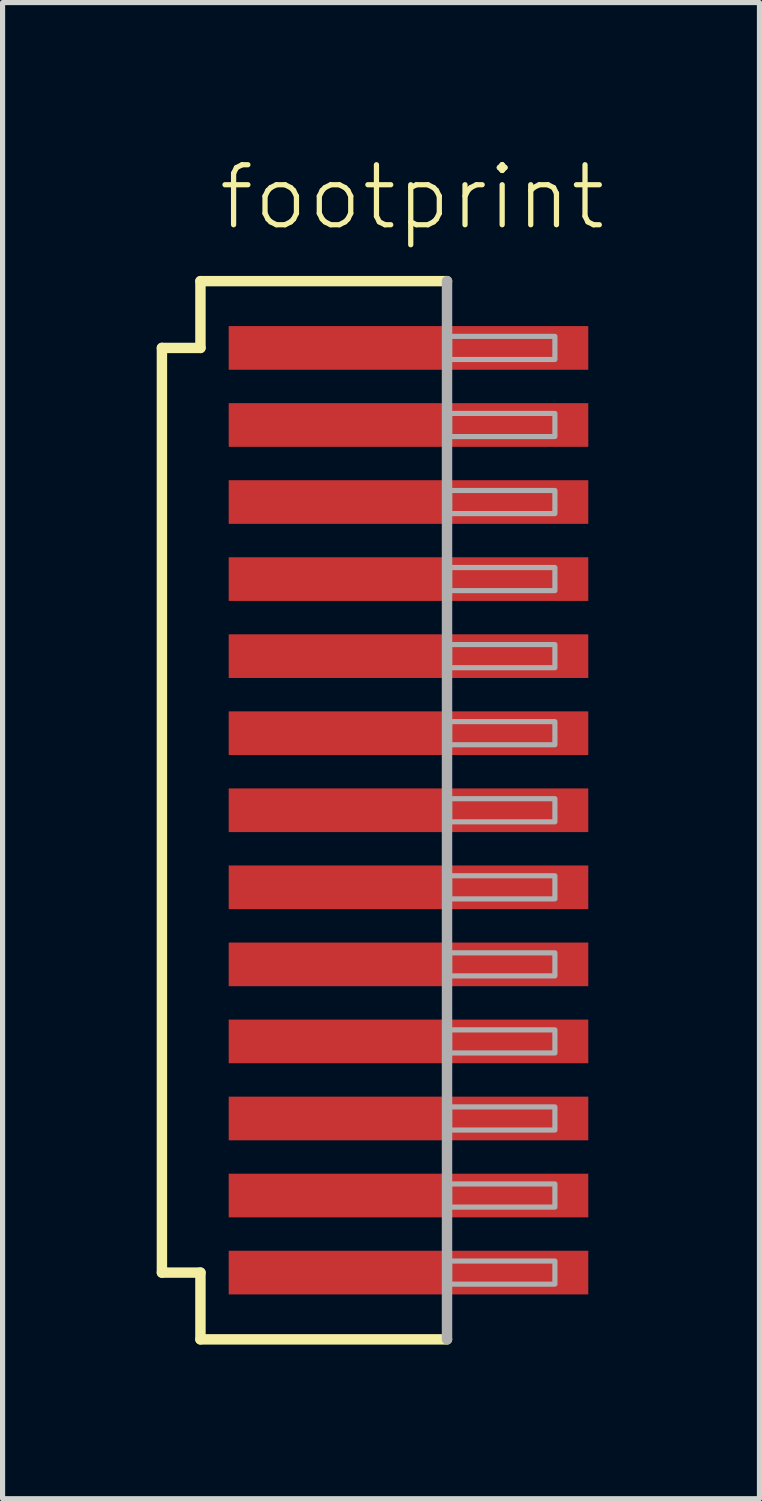
<source format=kicad_pcb>
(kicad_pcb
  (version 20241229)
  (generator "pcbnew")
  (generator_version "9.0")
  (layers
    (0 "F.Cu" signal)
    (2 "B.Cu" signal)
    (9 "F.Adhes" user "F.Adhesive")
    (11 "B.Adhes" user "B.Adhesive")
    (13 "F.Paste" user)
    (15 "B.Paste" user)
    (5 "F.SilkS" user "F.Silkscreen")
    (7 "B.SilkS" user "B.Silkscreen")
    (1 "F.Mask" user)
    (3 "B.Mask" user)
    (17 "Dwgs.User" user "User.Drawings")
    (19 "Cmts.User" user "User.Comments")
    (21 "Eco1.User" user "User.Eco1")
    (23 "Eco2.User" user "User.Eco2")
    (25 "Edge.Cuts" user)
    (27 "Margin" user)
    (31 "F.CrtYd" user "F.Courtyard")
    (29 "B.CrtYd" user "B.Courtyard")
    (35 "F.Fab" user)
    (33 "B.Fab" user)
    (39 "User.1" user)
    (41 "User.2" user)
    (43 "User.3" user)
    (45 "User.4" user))
  (footprint "footprint"
    (layer "F.Cu")
    (at 4.902 12.723)
    (property "Reference" "footprint" (at -3.75 -11.25 0) (layer "F.SilkS") (effects (font (size 1.168 1.168) (thickness 0.102)) (justify left bottom)))
    (fp_line (start -4.8 -9) (end -4.05 -9) (stroke (width 0.203) (type solid)) (layer "F.SilkS"))
    (fp_line (start -4.8 9) (end -4.8 -9) (stroke (width 0.203) (type solid)) (layer "F.SilkS"))
    (fp_line (start -4.05 -10.3) (end 0.75 -10.3) (stroke (width 0.203) (type solid)) (layer "F.SilkS"))
    (fp_line (start -4.05 -9) (end -4.05 -10.3) (stroke (width 0.203) (type solid)) (layer "F.SilkS"))
    (fp_line (start -4.05 9) (end -4.8 9) (stroke (width 0.203) (type solid)) (layer "F.SilkS"))
    (fp_line (start -4.05 10.3) (end -4.05 9) (stroke (width 0.203) (type solid)) (layer "F.SilkS"))
    (fp_line (start 0.75 10.3) (end -4.05 10.3) (stroke (width 0.203) (type solid)) (layer "F.SilkS"))
    (fp_line (start 0.75 -10.3) (end 0.75 10.3) (stroke (width 0.203) (type solid)) (layer "F.Fab"))
    (fp_poly (pts (xy 0.8 -8.775) (xy 2.85 -8.775) (xy 2.85 -9.225) (xy 0.8 -9.225)) (stroke (width 0.1) (type solid)) (fill no) (layer "F.Fab"))
    (fp_poly (pts (xy 0.8 -7.275) (xy 2.85 -7.275) (xy 2.85 -7.725) (xy 0.8 -7.725)) (stroke (width 0.1) (type solid)) (fill no) (layer "F.Fab"))
    (fp_poly (pts (xy 0.8 -5.775) (xy 2.85 -5.775) (xy 2.85 -6.225) (xy 0.8 -6.225)) (stroke (width 0.1) (type solid)) (fill no) (layer "F.Fab"))
    (fp_poly (pts (xy 0.8 -4.275) (xy 2.85 -4.275) (xy 2.85 -4.725) (xy 0.8 -4.725)) (stroke (width 0.1) (type solid)) (fill no) (layer "F.Fab"))
    (fp_poly (pts (xy 0.8 -2.775) (xy 2.85 -2.775) (xy 2.85 -3.225) (xy 0.8 -3.225)) (stroke (width 0.1) (type solid)) (fill no) (layer "F.Fab"))
    (fp_poly (pts (xy 0.8 -1.275) (xy 2.85 -1.275) (xy 2.85 -1.725) (xy 0.8 -1.725)) (stroke (width 0.1) (type solid)) (fill no) (layer "F.Fab"))
    (fp_poly (pts (xy 0.8 0.225) (xy 2.85 0.225) (xy 2.85 -0.225) (xy 0.8 -0.225)) (stroke (width 0.1) (type solid)) (fill no) (layer "F.Fab"))
    (fp_poly (pts (xy 0.8 1.725) (xy 2.85 1.725) (xy 2.85 1.275) (xy 0.8 1.275)) (stroke (width 0.1) (type solid)) (fill no) (layer "F.Fab"))
    (fp_poly (pts (xy 0.8 3.225) (xy 2.85 3.225) (xy 2.85 2.775) (xy 0.8 2.775)) (stroke (width 0.1) (type solid)) (fill no) (layer "F.Fab"))
    (fp_poly (pts (xy 0.8 4.725) (xy 2.85 4.725) (xy 2.85 4.275) (xy 0.8 4.275)) (stroke (width 0.1) (type solid)) (fill no) (layer "F.Fab"))
    (fp_poly (pts (xy 0.8 6.225) (xy 2.85 6.225) (xy 2.85 5.775) (xy 0.8 5.775)) (stroke (width 0.1) (type solid)) (fill no) (layer "F.Fab"))
    (fp_poly (pts (xy 0.8 7.725) (xy 2.85 7.725) (xy 2.85 7.275) (xy 0.8 7.275)) (stroke (width 0.1) (type solid)) (fill no) (layer "F.Fab"))
    (fp_poly (pts (xy 0.8 9.225) (xy 2.85 9.225) (xy 2.85 8.775) (xy 0.8 8.775)) (stroke (width 0.1) (type solid)) (fill no) (layer "F.Fab"))
    (pad "1" smd rect (at 0 -9) (size 7 0.85) (layers "F.Cu" "F.Mask" "F.Paste"))
    (pad "2" smd rect (at 0 -7.5) (size 7 0.85) (layers "F.Cu" "F.Mask" "F.Paste"))
    (pad "3" smd rect (at 0 -6) (size 7 0.85) (layers "F.Cu" "F.Mask" "F.Paste"))
    (pad "4" smd rect (at 0 -4.5) (size 7 0.85) (layers "F.Cu" "F.Mask" "F.Paste"))
    (pad "5" smd rect (at 0 -3) (size 7 0.85) (layers "F.Cu" "F.Mask" "F.Paste"))
    (pad "6" smd rect (at 0 -1.5) (size 7 0.85) (layers "F.Cu" "F.Mask" "F.Paste"))
    (pad "7" smd rect (at 0 0) (size 7 0.85) (layers "F.Cu" "F.Mask" "F.Paste"))
    (pad "8" smd rect (at 0 1.5) (size 7 0.85) (layers "F.Cu" "F.Mask" "F.Paste"))
    (pad "9" smd rect (at 0 3) (size 7 0.85) (layers "F.Cu" "F.Mask" "F.Paste"))
    (pad "10" smd rect (at 0 4.5) (size 7 0.85) (layers "F.Cu" "F.Mask" "F.Paste"))
    (pad "11" smd rect (at 0 6) (size 7 0.85) (layers "F.Cu" "F.Mask" "F.Paste"))
    (pad "12" smd rect (at 0 7.5) (size 7 0.85) (layers "F.Cu" "F.Mask" "F.Paste"))
    (pad "13" smd rect (at 0 9) (size 7 0.85) (layers "F.Cu" "F.Mask" "F.Paste")))
  (gr_rect
    (start -3 -3)
    (end 11.734 26.125)
    (stroke (width 0.1) (type default))
    (fill no)
    (layer "Edge.Cuts")))
</source>
